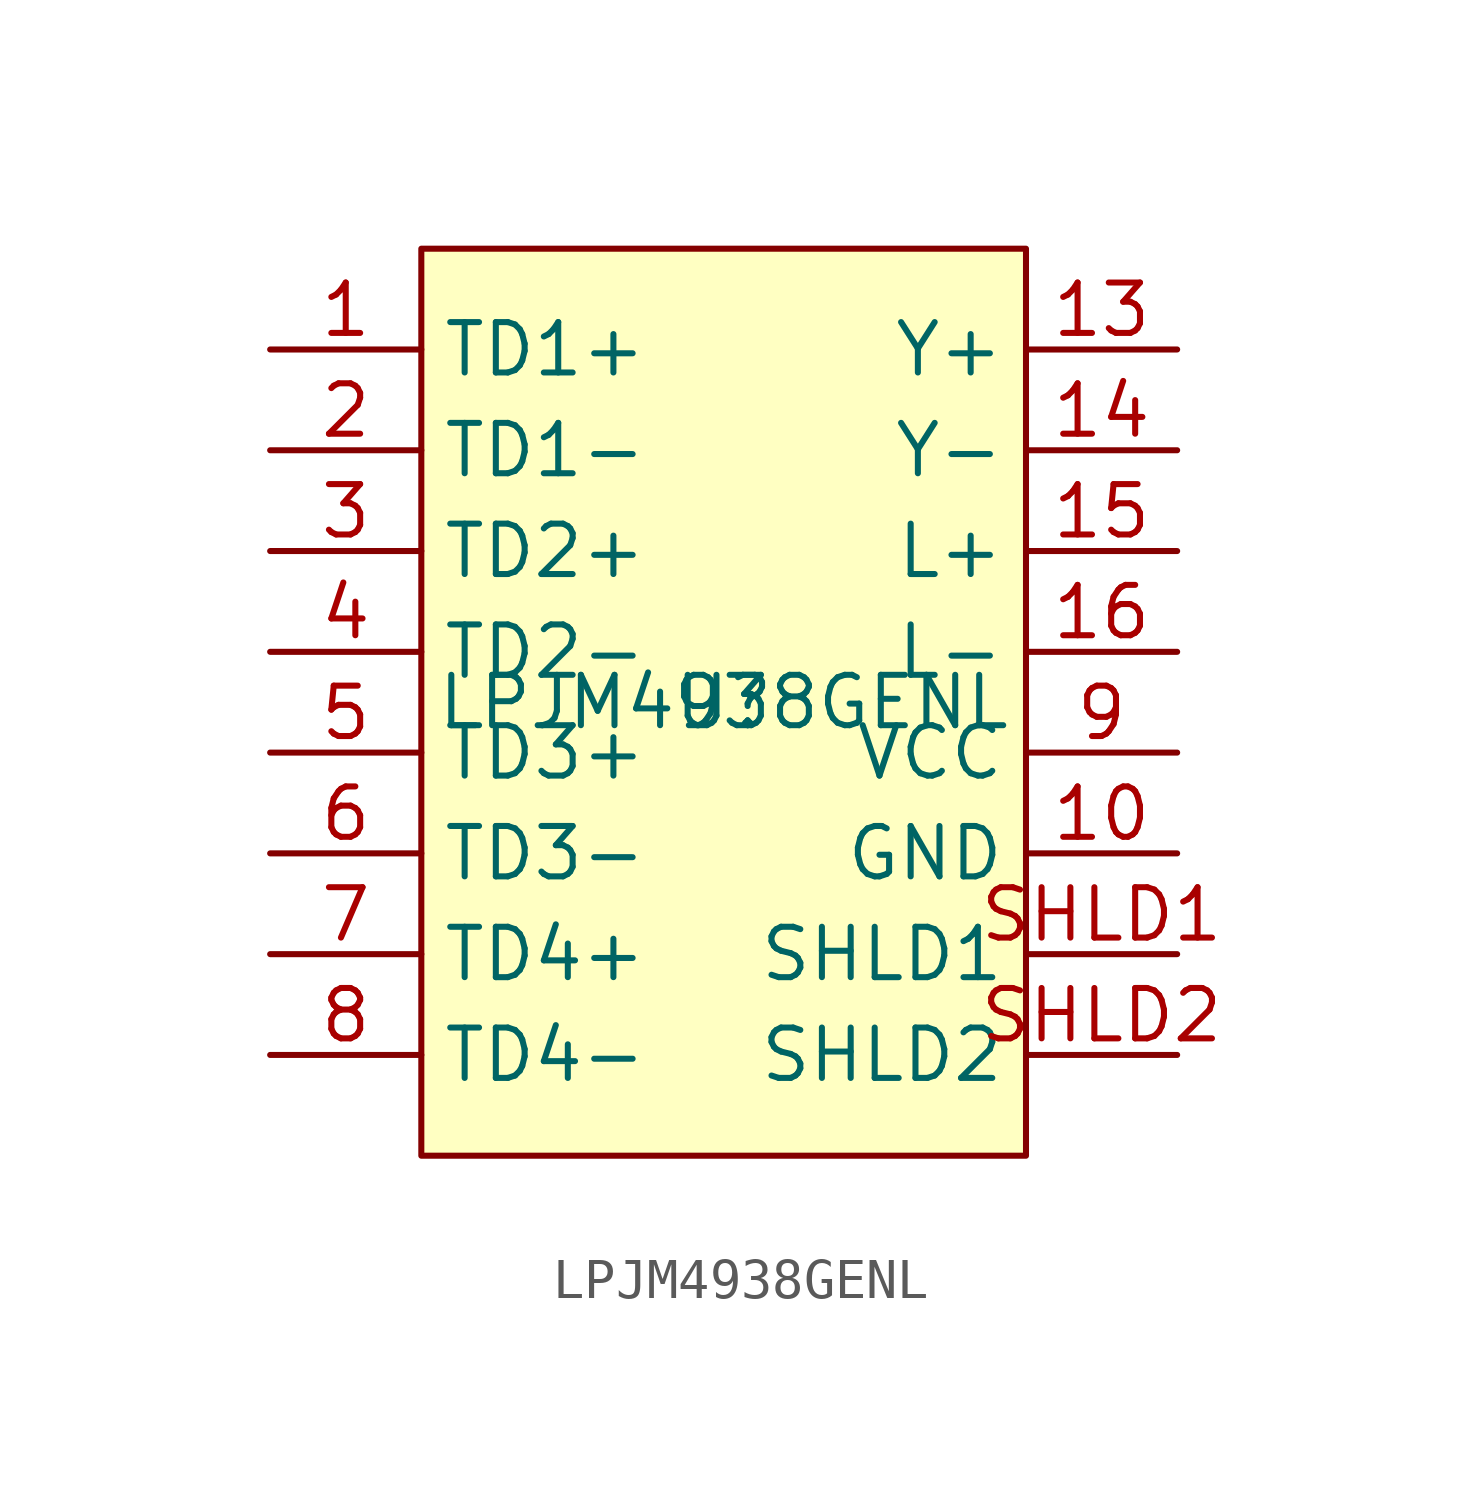
<source format=kicad_sym>
(kicad_symbol_lib
  (version 20231120)
  (generator "kicad_symbol_editor")
  (generator_version "8.99")
  (symbol "LPJM4938GENL"
    (property "Reference" "U"
      (at 0 0 0)
      (effects (font (size 1.27 1.27))))
    (property "Value" "LPJM4938GENL"
      (at 0 0 0)
      (effects (font (size 1.27 1.27))))
    (symbol "LPJM4938GENL_1_1"
      (rectangle (start -7.62 11.43) (end 7.62 -11.43) (stroke (width 0) (type default)) (fill (type background)))
      (pin input line (at -11.43 8.89 0) (length 3.81) (name "TD1+" (effects (font (size 1.27 1.27)))) (number "1" (effects (font (size 1.27 1.27)))))
      (pin input line (at 11.43 -3.81 180) (length 3.81) (name "GND" (effects (font (size 1.27 1.27)))) (number "10" (effects (font (size 1.27 1.27)))))
      (pin input line (at 11.43 8.89 180) (length 3.81) (name "Y+" (effects (font (size 1.27 1.27)))) (number "13" (effects (font (size 1.27 1.27)))))
      (pin input line (at 11.43 6.35 180) (length 3.81) (name "Y-" (effects (font (size 1.27 1.27)))) (number "14" (effects (font (size 1.27 1.27)))))
      (pin input line (at 11.43 3.81 180) (length 3.81) (name "L+" (effects (font (size 1.27 1.27)))) (number "15" (effects (font (size 1.27 1.27)))))
      (pin input line (at 11.43 1.27 180) (length 3.81) (name "L-" (effects (font (size 1.27 1.27)))) (number "16" (effects (font (size 1.27 1.27)))))
      (pin input line (at -11.43 6.35 0) (length 3.81) (name "TD1-" (effects (font (size 1.27 1.27)))) (number "2" (effects (font (size 1.27 1.27)))))
      (pin input line (at -11.43 3.81 0) (length 3.81) (name "TD2+" (effects (font (size 1.27 1.27)))) (number "3" (effects (font (size 1.27 1.27)))))
      (pin input line (at -11.43 1.27 0) (length 3.81) (name "TD2-" (effects (font (size 1.27 1.27)))) (number "4" (effects (font (size 1.27 1.27)))))
      (pin input line (at -11.43 -1.27 0) (length 3.81) (name "TD3+" (effects (font (size 1.27 1.27)))) (number "5" (effects (font (size 1.27 1.27)))))
      (pin input line (at -11.43 -3.81 0) (length 3.81) (name "TD3-" (effects (font (size 1.27 1.27)))) (number "6" (effects (font (size 1.27 1.27)))))
      (pin input line (at -11.43 -6.35 0) (length 3.81) (name "TD4+" (effects (font (size 1.27 1.27)))) (number "7" (effects (font (size 1.27 1.27)))))
      (pin input line (at -11.43 -8.89 0) (length 3.81) (name "TD4-" (effects (font (size 1.27 1.27)))) (number "8" (effects (font (size 1.27 1.27)))))
      (pin input line (at 11.43 -1.27 180) (length 3.81) (name "VCC" (effects (font (size 1.27 1.27)))) (number "9" (effects (font (size 1.27 1.27)))))
      (pin input line (at 11.43 -6.35 180) (length 3.81) (name "SHLD1" (effects (font (size 1.27 1.27)))) (number "SHLD1" (effects (font (size 1.27 1.27)))))
      (pin input line (at 11.43 -8.89 180) (length 3.81) (name "SHLD2" (effects (font (size 1.27 1.27)))) (number "SHLD2" (effects (font (size 1.27 1.27))))))))
</source>
